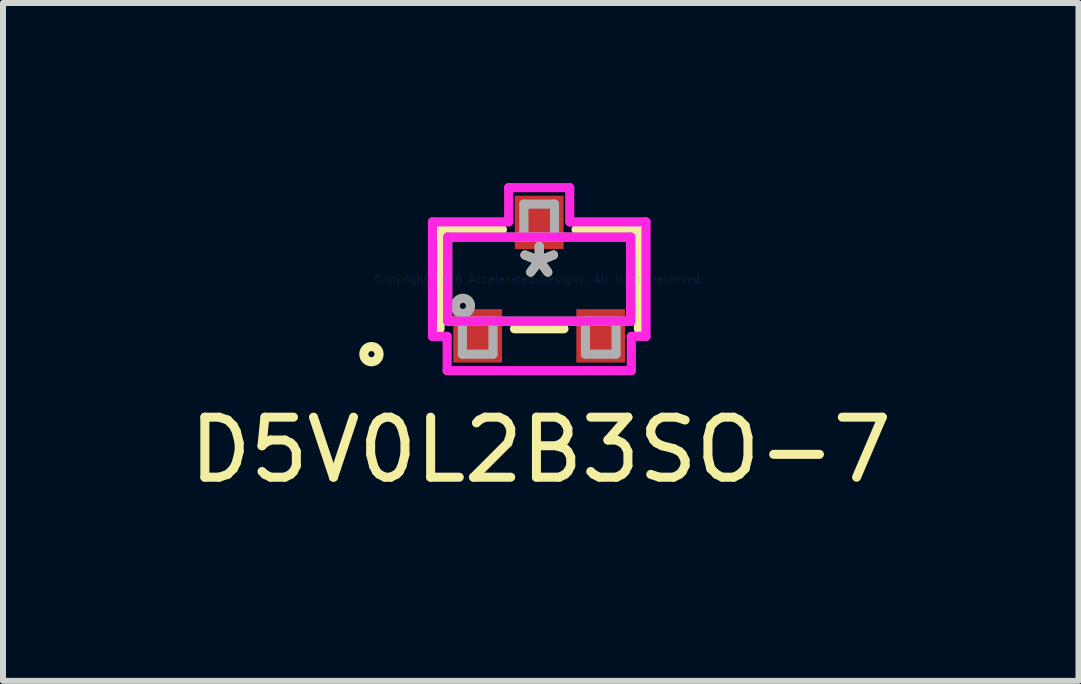
<source format=kicad_pcb>
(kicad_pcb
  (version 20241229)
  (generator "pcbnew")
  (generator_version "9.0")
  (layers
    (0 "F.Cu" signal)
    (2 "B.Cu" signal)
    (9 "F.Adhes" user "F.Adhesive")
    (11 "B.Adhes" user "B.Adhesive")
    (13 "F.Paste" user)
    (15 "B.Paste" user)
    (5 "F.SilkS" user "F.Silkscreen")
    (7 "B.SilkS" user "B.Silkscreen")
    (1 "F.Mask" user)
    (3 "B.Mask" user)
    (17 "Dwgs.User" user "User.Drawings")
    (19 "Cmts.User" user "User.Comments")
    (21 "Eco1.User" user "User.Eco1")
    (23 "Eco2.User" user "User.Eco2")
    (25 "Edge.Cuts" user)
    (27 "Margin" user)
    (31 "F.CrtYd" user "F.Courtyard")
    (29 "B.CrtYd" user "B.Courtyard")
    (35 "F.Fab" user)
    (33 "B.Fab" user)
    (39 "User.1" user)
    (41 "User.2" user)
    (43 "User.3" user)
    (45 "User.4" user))
  (footprint "D5V0L2B3SO-7"
    (layer "F.Cu")
    (at 5.933 1.6)
    (property "Reference" "D5V0L2B3SO-7" (at 0.025 2.845 0) (layer "F.SilkS") (effects (font (size 1 1) (thickness 0.15))))
    (attr through_hole)
    (fp_line (start -1.652 -0.827) (end -1.652 0.827) (stroke (width 0.152) (type solid)) (layer "F.SilkS"))
    (fp_line (start -0.613 -0.827) (end -1.652 -0.827) (stroke (width 0.152) (type solid)) (layer "F.SilkS"))
    (fp_line (start -0.412 0.827) (end 0.412 0.827) (stroke (width 0.152) (type solid)) (layer "F.SilkS"))
    (fp_line (start 1.652 -0.827) (end 0.613 -0.827) (stroke (width 0.152) (type solid)) (layer "F.SilkS"))
    (fp_line (start 1.652 0.827) (end 1.652 -0.827) (stroke (width 0.152) (type solid)) (layer "F.SilkS"))
    (fp_circle (center -2.795 1.25) (end -2.668 1.25) (stroke (width 0.152) (type solid)) (fill no) (layer "F.SilkS"))
    (fp_line (start -1.779 -0.954) (end -0.509 -0.954) (stroke (width 0.152) (type solid)) (layer "F.CrtYd"))
    (fp_line (start -1.779 0.954) (end -1.779 -0.954) (stroke (width 0.152) (type solid)) (layer "F.CrtYd"))
    (fp_line (start -1.534 0.954) (end -1.779 0.954) (stroke (width 0.152) (type solid)) (layer "F.CrtYd"))
    (fp_line (start -1.534 1.524) (end -1.534 0.954) (stroke (width 0.152) (type solid)) (layer "F.CrtYd"))
    (fp_line (start -1.525 -0.7) (end 1.525 -0.7) (stroke (width 0.152) (type solid)) (layer "F.CrtYd"))
    (fp_line (start -1.525 0.7) (end -1.525 -0.7) (stroke (width 0.152) (type solid)) (layer "F.CrtYd"))
    (fp_line (start -0.509 -1.524) (end 0.508 -1.524) (stroke (width 0.152) (type solid)) (layer "F.CrtYd"))
    (fp_line (start -0.509 -0.954) (end -0.509 -1.524) (stroke (width 0.152) (type solid)) (layer "F.CrtYd"))
    (fp_line (start 0.508 -1.524) (end 0.509 -0.954) (stroke (width 0.152) (type solid)) (layer "F.CrtYd"))
    (fp_line (start 0.509 -0.954) (end 1.779 -0.954) (stroke (width 0.152) (type solid)) (layer "F.CrtYd"))
    (fp_line (start 1.525 -0.7) (end 1.525 0.7) (stroke (width 0.152) (type solid)) (layer "F.CrtYd"))
    (fp_line (start 1.525 0.7) (end -1.525 0.7) (stroke (width 0.152) (type solid)) (layer "F.CrtYd"))
    (fp_line (start 1.534 0.954) (end 1.534 1.524) (stroke (width 0.152) (type solid)) (layer "F.CrtYd"))
    (fp_line (start 1.534 1.524) (end -1.534 1.524) (stroke (width 0.152) (type solid)) (layer "F.CrtYd"))
    (fp_line (start 1.779 -0.954) (end 1.779 0.954) (stroke (width 0.152) (type solid)) (layer "F.CrtYd"))
    (fp_line (start 1.779 0.954) (end 1.534 0.954) (stroke (width 0.152) (type solid)) (layer "F.CrtYd"))
    (fp_line (start -1.525 -0.7) (end -1.525 0.7) (stroke (width 0.152) (type solid)) (layer "F.Fab"))
    (fp_line (start -1.525 0.7) (end 1.525 0.7) (stroke (width 0.152) (type solid)) (layer "F.Fab"))
    (fp_line (start -1.28 0.7) (end -1.28 1.25) (stroke (width 0.152) (type solid)) (layer "F.Fab"))
    (fp_line (start -1.28 1.25) (end -0.77 1.25) (stroke (width 0.152) (type solid)) (layer "F.Fab"))
    (fp_line (start -0.77 0.7) (end -1.28 0.7) (stroke (width 0.152) (type solid)) (layer "F.Fab"))
    (fp_line (start -0.77 1.25) (end -0.77 0.7) (stroke (width 0.152) (type solid)) (layer "F.Fab"))
    (fp_line (start -0.255 -1.25) (end -0.255 -0.7) (stroke (width 0.152) (type solid)) (layer "F.Fab"))
    (fp_line (start -0.255 -0.7) (end 0.255 -0.7) (stroke (width 0.152) (type solid)) (layer "F.Fab"))
    (fp_line (start 0.255 -1.25) (end -0.255 -1.25) (stroke (width 0.152) (type solid)) (layer "F.Fab"))
    (fp_line (start 0.255 -0.7) (end 0.255 -1.25) (stroke (width 0.152) (type solid)) (layer "F.Fab"))
    (fp_line (start 0.77 0.7) (end 0.77 1.25) (stroke (width 0.152) (type solid)) (layer "F.Fab"))
    (fp_line (start 0.77 1.25) (end 1.28 1.25) (stroke (width 0.152) (type solid)) (layer "F.Fab"))
    (fp_line (start 1.28 0.7) (end 0.77 0.7) (stroke (width 0.152) (type solid)) (layer "F.Fab"))
    (fp_line (start 1.28 1.25) (end 1.28 0.7) (stroke (width 0.152) (type solid)) (layer "F.Fab"))
    (fp_line (start 1.525 -0.7) (end -1.525 -0.7) (stroke (width 0.152) (type solid)) (layer "F.Fab"))
    (fp_line (start 1.525 0.7) (end 1.525 -0.7) (stroke (width 0.152) (type solid)) (layer "F.Fab"))
    (fp_circle (center -1.271 0.446) (end -1.144 0.446) (stroke (width 0.152) (type solid)) (fill no) (layer "F.Fab"))
    (fp_text user "*" (at 0 0 0) (layer "F.SilkS") (effects (font (size 1 1) (thickness 0.15))))
    (fp_text user "Copyright 2016 Accelerated Designs. All rights reserved." (at 0 0 0) (layer "Cmts.User") (effects (font (size 0.127 0.127) (thickness 0.002))))
    (fp_text user "*" (at 0 0 0) (layer "F.Fab") (effects (font (size 1 1) (thickness 0.15))))
    (pad "1" smd rect (at -1.025 0.945) (size 0.813 0.889) (layers "F.Cu" "F.Mask" "F.Paste"))
    (pad "2" smd rect (at 1.025 0.945) (size 0.813 0.889) (layers "F.Cu" "F.Mask" "F.Paste"))
    (pad "3" smd rect (at 0 -0.945) (size 0.813 0.889) (layers "F.Cu" "F.Mask" "F.Paste")))
  (gr_rect
    (start -3 -3)
    (end 14.917 8.293)
    (stroke (width 0.1) (type default))
    (fill no)
    (layer "Edge.Cuts")))
</source>
